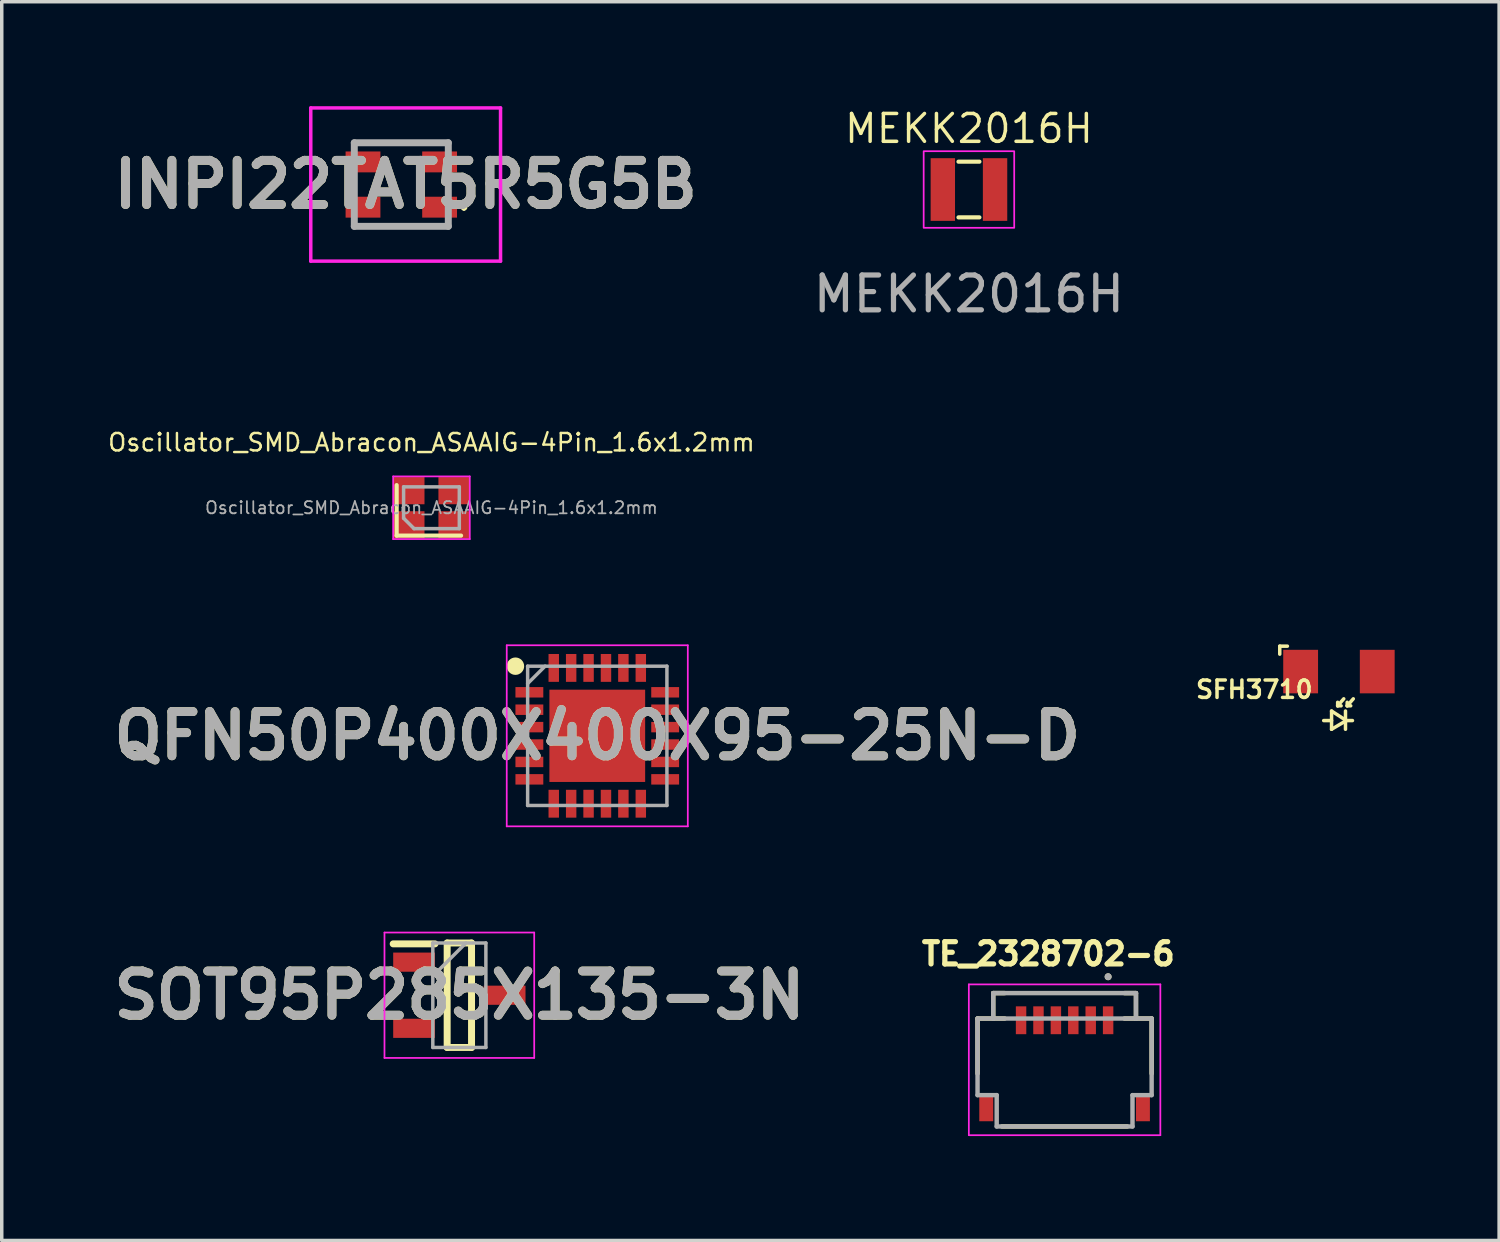
<source format=kicad_pcb>
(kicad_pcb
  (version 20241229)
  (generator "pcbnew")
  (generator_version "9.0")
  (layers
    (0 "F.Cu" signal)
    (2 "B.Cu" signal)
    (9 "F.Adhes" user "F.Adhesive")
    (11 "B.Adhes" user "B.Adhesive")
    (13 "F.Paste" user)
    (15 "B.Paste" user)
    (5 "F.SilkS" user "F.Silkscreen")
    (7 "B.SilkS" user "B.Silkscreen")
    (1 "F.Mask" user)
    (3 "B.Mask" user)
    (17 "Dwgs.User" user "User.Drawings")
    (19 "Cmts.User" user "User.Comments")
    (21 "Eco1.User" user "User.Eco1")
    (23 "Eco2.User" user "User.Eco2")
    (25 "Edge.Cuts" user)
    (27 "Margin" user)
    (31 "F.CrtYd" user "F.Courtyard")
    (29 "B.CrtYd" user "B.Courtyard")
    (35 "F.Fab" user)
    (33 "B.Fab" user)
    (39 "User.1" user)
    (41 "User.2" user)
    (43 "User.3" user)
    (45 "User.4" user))
  (footprint "SFH3710"
    (layer "F.Cu")
    (at 35.403 16.237)
    (property "Reference" "SFH3710" (at -2.43 0.516 0) (layer "F.SilkS") (effects (font (size 0.5 0.5) (thickness 0.1))))
    (attr through_hole)
    (fp_line (start -1.7 -0.73) (end -1.7 -0.5) (stroke (width 0.1) (type solid)) (layer "F.SilkS"))
    (fp_line (start -1.48 -0.73) (end -1.7 -0.73) (stroke (width 0.1) (type solid)) (layer "F.SilkS"))
    (fp_line (start -0.438 1.407) (end -0.212 1.407) (stroke (width 0.1) (type solid)) (layer "F.SilkS"))
    (fp_line (start -0.212 1.133) (end -0.212 1.657) (stroke (width 0.1) (type solid)) (layer "F.SilkS"))
    (fp_line (start -0.212 1.657) (end 0.212 1.407) (stroke (width 0.1) (type solid)) (layer "F.SilkS"))
    (fp_line (start -0.037 0.983) (end -0.037 0.882) (stroke (width 0.1) (type solid)) (layer "F.SilkS"))
    (fp_line (start -0.037 0.983) (end 0.062 0.983) (stroke (width 0.1) (type solid)) (layer "F.SilkS"))
    (fp_line (start 0.138 0.782) (end -0.037 0.983) (stroke (width 0.1) (type solid)) (layer "F.SilkS"))
    (fp_line (start 0.188 1.133) (end 0.188 1.657) (stroke (width 0.1) (type solid)) (layer "F.SilkS"))
    (fp_line (start 0.212 1.407) (end -0.212 1.133) (stroke (width 0.1) (type solid)) (layer "F.SilkS"))
    (fp_line (start 0.212 1.407) (end 0.388 1.407) (stroke (width 0.1) (type solid)) (layer "F.SilkS"))
    (fp_line (start 0.237 0.983) (end 0.237 0.882) (stroke (width 0.1) (type solid)) (layer "F.SilkS"))
    (fp_line (start 0.237 0.983) (end 0.338 0.983) (stroke (width 0.1) (type solid)) (layer "F.SilkS"))
    (fp_line (start 0.412 0.782) (end 0.237 0.983) (stroke (width 0.1) (type solid)) (layer "F.SilkS"))
    (pad "1" smd rect (at -1.1 0) (size 1 1.25) (layers "F.Cu" "F.Mask" "F.Paste"))
    (pad "2" smd rect (at 1.1 0) (size 1 1.25) (layers "F.Cu" "F.Mask" "F.Paste")))
  (footprint "MEKK2016H"
    (layer "F.Cu")
    (at 24.777 2.393)
    (property "Reference" "MEKK2016H" (at 0 -1.75 0) (unlocked yes) (layer "F.SilkS") (effects (font (size 0.8 0.8) (thickness 0.1))))
    (attr smd)
    (fp_rect (start -0.3 -0.8) (end 0.3 -0.8) (stroke (width 0.12) (type solid)) (fill no) (layer "F.SilkS"))
    (fp_rect (start 0.3 0.8) (end -0.3 0.8) (stroke (width 0.12) (type solid)) (fill no) (layer "F.SilkS"))
    (fp_rect (start -1.3 -1.1) (end 1.3 1.1) (stroke (width 0.05) (type solid)) (fill no) (layer "F.CrtYd"))
    (fp_text user "${REFERENCE}" (at 0 3 0) (unlocked yes) (layer "F.Fab") (effects (font (size 1 1) (thickness 0.15))))
    (pad "1" smd rect (at -0.75 0) (size 0.7 1.8) (layers "F.Cu" "F.Mask" "F.Paste"))
    (pad "2" smd rect (at 0.75 0) (size 0.7 1.8) (layers "F.Cu" "F.Mask" "F.Paste")))
  (footprint "TE_2328702-6"
    (layer "F.Cu")
    (at 27.524 26.251)
    (property "Reference" "TE_2328702-6" (at -0.468 -1.906 0) (layer "F.SilkS") (effects (font (size 0.64 0.64) (thickness 0.15))))
    (attr through_hole)
    (fp_line (start -2.5 -0.05) (end -2.5 1.53) (stroke (width 0.127) (type solid)) (layer "F.SilkS"))
    (fp_line (start -2.05 -0.78) (end -1.72 -0.78) (stroke (width 0.127) (type solid)) (layer "F.SilkS"))
    (fp_line (start -2.05 -0.05) (end -2.5 -0.05) (stroke (width 0.127) (type solid)) (layer "F.SilkS"))
    (fp_line (start -2.05 -0.05) (end -2.05 -0.78) (stroke (width 0.127) (type solid)) (layer "F.SilkS"))
    (fp_line (start -1.8 3.05) (end 1.8 3.05) (stroke (width 0.127) (type solid)) (layer "F.SilkS"))
    (fp_line (start -1.72 -0.05) (end -2.05 -0.05) (stroke (width 0.127) (type solid)) (layer "F.SilkS"))
    (fp_line (start 1.72 -0.05) (end 2.05 -0.05) (stroke (width 0.127) (type solid)) (layer "F.SilkS"))
    (fp_line (start 2.05 -0.78) (end 1.72 -0.78) (stroke (width 0.127) (type solid)) (layer "F.SilkS"))
    (fp_line (start 2.05 -0.05) (end 2.05 -0.78) (stroke (width 0.127) (type solid)) (layer "F.SilkS"))
    (fp_line (start 2.05 -0.05) (end 2.5 -0.05) (stroke (width 0.127) (type solid)) (layer "F.SilkS"))
    (fp_line (start 2.5 -0.05) (end 2.5 1.53) (stroke (width 0.127) (type solid)) (layer "F.SilkS"))
    (fp_circle (center 1.25 -1.25) (end 1.3 -1.25) (stroke (width 0.1) (type solid)) (fill no) (layer "F.SilkS"))
    (fp_line (start -2.75 -1.03) (end 2.75 -1.03) (stroke (width 0.05) (type solid)) (layer "F.CrtYd"))
    (fp_line (start -2.75 3.3) (end -2.75 -1.03) (stroke (width 0.05) (type solid)) (layer "F.CrtYd"))
    (fp_line (start 2.75 -1.03) (end 2.75 3.3) (stroke (width 0.05) (type solid)) (layer "F.CrtYd"))
    (fp_line (start 2.75 3.3) (end -2.75 3.3) (stroke (width 0.05) (type solid)) (layer "F.CrtYd"))
    (fp_line (start -2.5 -0.05) (end -2.05 -0.05) (stroke (width 0.127) (type solid)) (layer "F.Fab"))
    (fp_line (start -2.5 2.15) (end -2.5 -0.05) (stroke (width 0.127) (type solid)) (layer "F.Fab"))
    (fp_line (start -2.05 -0.78) (end 2.05 -0.78) (stroke (width 0.127) (type solid)) (layer "F.Fab"))
    (fp_line (start -2.05 -0.05) (end -2.05 -0.78) (stroke (width 0.127) (type solid)) (layer "F.Fab"))
    (fp_line (start -2.05 -0.05) (end 2.05 -0.05) (stroke (width 0.127) (type solid)) (layer "F.Fab"))
    (fp_line (start -1.95 2.15) (end -2.5 2.15) (stroke (width 0.127) (type solid)) (layer "F.Fab"))
    (fp_line (start -1.95 3.05) (end -1.95 2.15) (stroke (width 0.127) (type solid)) (layer "F.Fab"))
    (fp_line (start 1.95 2.15) (end 1.95 3.05) (stroke (width 0.127) (type solid)) (layer "F.Fab"))
    (fp_line (start 1.95 3.05) (end -1.95 3.05) (stroke (width 0.127) (type solid)) (layer "F.Fab"))
    (fp_line (start 2.05 -0.78) (end 2.05 -0.05) (stroke (width 0.127) (type solid)) (layer "F.Fab"))
    (fp_line (start 2.05 -0.05) (end 2.5 -0.05) (stroke (width 0.127) (type solid)) (layer "F.Fab"))
    (fp_line (start 2.5 -0.05) (end 2.5 2.15) (stroke (width 0.127) (type solid)) (layer "F.Fab"))
    (fp_line (start 2.5 2.15) (end 1.95 2.15) (stroke (width 0.127) (type solid)) (layer "F.Fab"))
    (fp_circle (center 1.25 -1.25) (end 1.3 -1.25) (stroke (width 0.1) (type solid)) (fill no) (layer "F.Fab"))
    (pad "1" smd rect (at 1.25 0) (size 0.3 0.8) (layers "F.Cu" "F.Mask" "F.Paste"))
    (pad "2" smd rect (at 0.75 0) (size 0.3 0.8) (layers "F.Cu" "F.Mask" "F.Paste"))
    (pad "3" smd rect (at 0.25 0) (size 0.3 0.8) (layers "F.Cu" "F.Mask" "F.Paste"))
    (pad "4" smd rect (at -0.25 0) (size 0.3 0.8) (layers "F.Cu" "F.Mask" "F.Paste"))
    (pad "5" smd rect (at -0.75 0) (size 0.3 0.8) (layers "F.Cu" "F.Mask" "F.Paste"))
    (pad "6" smd rect (at -1.25 0) (size 0.3 0.8) (layers "F.Cu" "F.Mask" "F.Paste"))
    (pad "S1" smd rect (at 2.25 2.5) (size 0.4 0.8) (layers "F.Cu" "F.Mask" "F.Paste"))
    (pad "S2" smd rect (at -2.25 2.5) (size 0.4 0.8) (layers "F.Cu" "F.Mask" "F.Paste")))
  (footprint "QFN50P400X400X95-25N-D"
    (layer "F.Cu")
    (at 14.103 18.082)
    (property "Reference" "QFN50P400X400X95-25N-D" (at 0 0 0) (layer "F.SilkS") (effects (font (size 1.27 1.27) (thickness 0.254))))
    (attr smd)
    (fp_circle (center -2.35 -2) (end -2.35 -1.875) (stroke (width 0.25) (type solid)) (fill no) (layer "F.SilkS"))
    (fp_line (start -2.6 -2.6) (end 2.6 -2.6) (stroke (width 0.05) (type solid)) (layer "F.CrtYd"))
    (fp_line (start -2.6 2.6) (end -2.6 -2.6) (stroke (width 0.05) (type solid)) (layer "F.CrtYd"))
    (fp_line (start 2.6 -2.6) (end 2.6 2.6) (stroke (width 0.05) (type solid)) (layer "F.CrtYd"))
    (fp_line (start 2.6 2.6) (end -2.6 2.6) (stroke (width 0.05) (type solid)) (layer "F.CrtYd"))
    (fp_line (start -2 -2) (end 2 -2) (stroke (width 0.1) (type solid)) (layer "F.Fab"))
    (fp_line (start -2 -1.5) (end -1.5 -2) (stroke (width 0.1) (type solid)) (layer "F.Fab"))
    (fp_line (start -2 2) (end -2 -2) (stroke (width 0.1) (type solid)) (layer "F.Fab"))
    (fp_line (start 2 -2) (end 2 2) (stroke (width 0.1) (type solid)) (layer "F.Fab"))
    (fp_line (start 2 2) (end -2 2) (stroke (width 0.1) (type solid)) (layer "F.Fab"))
    (fp_text user "${REFERENCE}" (at 0 0 0) (layer "F.Fab") (effects (font (size 1.27 1.27) (thickness 0.254))))
    (pad "1" smd rect (at -1.95 -1.25 90) (size 0.3 0.8) (layers "F.Cu" "F.Mask" "F.Paste"))
    (pad "2" smd rect (at -1.95 -0.75 90) (size 0.3 0.8) (layers "F.Cu" "F.Mask" "F.Paste"))
    (pad "3" smd rect (at -1.95 -0.25 90) (size 0.3 0.8) (layers "F.Cu" "F.Mask" "F.Paste"))
    (pad "4" smd rect (at -1.95 0.25 90) (size 0.3 0.8) (layers "F.Cu" "F.Mask" "F.Paste"))
    (pad "5" smd rect (at -1.95 0.75 90) (size 0.3 0.8) (layers "F.Cu" "F.Mask" "F.Paste"))
    (pad "6" smd rect (at -1.95 1.25 90) (size 0.3 0.8) (layers "F.Cu" "F.Mask" "F.Paste"))
    (pad "7" smd rect (at -1.25 1.95) (size 0.3 0.8) (layers "F.Cu" "F.Mask" "F.Paste"))
    (pad "8" smd rect (at -0.75 1.95) (size 0.3 0.8) (layers "F.Cu" "F.Mask" "F.Paste"))
    (pad "9" smd rect (at -0.25 1.95) (size 0.3 0.8) (layers "F.Cu" "F.Mask" "F.Paste"))
    (pad "10" smd rect (at 0.25 1.95) (size 0.3 0.8) (layers "F.Cu" "F.Mask" "F.Paste"))
    (pad "11" smd rect (at 0.75 1.95) (size 0.3 0.8) (layers "F.Cu" "F.Mask" "F.Paste"))
    (pad "12" smd rect (at 1.25 1.95) (size 0.3 0.8) (layers "F.Cu" "F.Mask" "F.Paste"))
    (pad "13" smd rect (at 1.95 1.25 90) (size 0.3 0.8) (layers "F.Cu" "F.Mask" "F.Paste"))
    (pad "14" smd rect (at 1.95 0.75 90) (size 0.3 0.8) (layers "F.Cu" "F.Mask" "F.Paste"))
    (pad "15" smd rect (at 1.95 0.25 90) (size 0.3 0.8) (layers "F.Cu" "F.Mask" "F.Paste"))
    (pad "16" smd rect (at 1.95 -0.25 90) (size 0.3 0.8) (layers "F.Cu" "F.Mask" "F.Paste"))
    (pad "17" smd rect (at 1.95 -0.75 90) (size 0.3 0.8) (layers "F.Cu" "F.Mask" "F.Paste"))
    (pad "18" smd rect (at 1.95 -1.25 90) (size 0.3 0.8) (layers "F.Cu" "F.Mask" "F.Paste"))
    (pad "19" smd rect (at 1.25 -1.95) (size 0.3 0.8) (layers "F.Cu" "F.Mask" "F.Paste"))
    (pad "20" smd rect (at 0.75 -1.95) (size 0.3 0.8) (layers "F.Cu" "F.Mask" "F.Paste"))
    (pad "21" smd rect (at 0.25 -1.95) (size 0.3 0.8) (layers "F.Cu" "F.Mask" "F.Paste"))
    (pad "22" smd rect (at -0.25 -1.95) (size 0.3 0.8) (layers "F.Cu" "F.Mask" "F.Paste"))
    (pad "23" smd rect (at -0.75 -1.95) (size 0.3 0.8) (layers "F.Cu" "F.Mask" "F.Paste"))
    (pad "24" smd rect (at -1.25 -1.95) (size 0.3 0.8) (layers "F.Cu" "F.Mask" "F.Paste"))
    (pad "25" smd rect (at 0 0 90) (size 2.65 2.75) (layers "F.Cu" "F.Mask" "F.Paste")))
  (footprint "SOT95P285X135-3N"
    (layer "F.Cu")
    (at 10.142 25.532)
    (property "Reference" "SOT95P285X135-3N" (at 0 0 0) (layer "F.SilkS") (effects (font (size 1.27 1.27) (thickness 0.254))))
    (attr smd)
    (fp_line (start -1.9 -1.475) (end -0.7 -1.475) (stroke (width 0.2) (type solid)) (layer "F.SilkS"))
    (fp_line (start -0.35 -1.5) (end 0.35 -1.5) (stroke (width 0.2) (type solid)) (layer "F.SilkS"))
    (fp_line (start -0.35 1.5) (end -0.35 -1.5) (stroke (width 0.2) (type solid)) (layer "F.SilkS"))
    (fp_line (start 0.35 -1.5) (end 0.35 1.5) (stroke (width 0.2) (type solid)) (layer "F.SilkS"))
    (fp_line (start 0.35 1.5) (end -0.35 1.5) (stroke (width 0.2) (type solid)) (layer "F.SilkS"))
    (fp_line (start -2.15 -1.8) (end 2.15 -1.8) (stroke (width 0.05) (type solid)) (layer "F.CrtYd"))
    (fp_line (start -2.15 1.8) (end -2.15 -1.8) (stroke (width 0.05) (type solid)) (layer "F.CrtYd"))
    (fp_line (start 2.15 -1.8) (end 2.15 1.8) (stroke (width 0.05) (type solid)) (layer "F.CrtYd"))
    (fp_line (start 2.15 1.8) (end -2.15 1.8) (stroke (width 0.05) (type solid)) (layer "F.CrtYd"))
    (fp_line (start -0.762 -1.5) (end 0.762 -1.5) (stroke (width 0.1) (type solid)) (layer "F.Fab"))
    (fp_line (start -0.762 -0.55) (end 0.188 -1.5) (stroke (width 0.1) (type solid)) (layer "F.Fab"))
    (fp_line (start -0.762 1.5) (end -0.762 -1.5) (stroke (width 0.1) (type solid)) (layer "F.Fab"))
    (fp_line (start 0.762 -1.5) (end 0.762 1.5) (stroke (width 0.1) (type solid)) (layer "F.Fab"))
    (fp_line (start 0.762 1.5) (end -0.762 1.5) (stroke (width 0.1) (type solid)) (layer "F.Fab"))
    (fp_text user "${REFERENCE}" (at 0 0 0) (layer "F.Fab") (effects (font (size 1.27 1.27) (thickness 0.254))))
    (pad "1" smd rect (at -1.3 -0.95 90) (size 0.55 1.2) (layers "F.Cu" "F.Mask" "F.Paste"))
    (pad "2" smd rect (at -1.3 0.95 90) (size 0.55 1.2) (layers "F.Cu" "F.Mask" "F.Paste"))
    (pad "3" smd rect (at 1.3 0 90) (size 0.55 1.2) (layers "F.Cu" "F.Mask" "F.Paste")))
  (footprint "INPI22TAT5R5G5B"
    (layer "F.Cu")
    (at 8.475 2.25)
    (property "Reference" "INPI22TAT5R5G5B" (at 0.125 0 0) (layer "F.SilkS") (effects (font (size 1.27 1.27) (thickness 0.254))))
    (attr smd)
    (fp_line (start -1.35 -1.2) (end 1.35 -1.2) (stroke (width 0.1) (type solid)) (layer "F.SilkS"))
    (fp_line (start -1.35 -0.2) (end -1.35 0.2) (stroke (width 0.1) (type solid)) (layer "F.SilkS"))
    (fp_line (start -1.35 1.2) (end 1.35 1.2) (stroke (width 0.1) (type solid)) (layer "F.SilkS"))
    (fp_line (start 1.35 -0.2) (end 1.35 0.2) (stroke (width 0.1) (type solid)) (layer "F.SilkS"))
    (fp_line (start 1.8 0.6) (end 1.8 0.6) (stroke (width 0.1) (type solid)) (layer "F.SilkS"))
    (fp_line (start 1.8 0.7) (end 1.8 0.7) (stroke (width 0.1) (type solid)) (layer "F.SilkS"))
    (fp_arc (start 1.8 0.6) (mid 1.85 0.65) (end 1.8 0.7) (stroke (width 0.1) (type solid)) (layer "F.SilkS"))
    (fp_arc (start 1.8 0.7) (mid 1.75 0.65) (end 1.8 0.6) (stroke (width 0.1) (type solid)) (layer "F.SilkS"))
    (fp_line (start -2.6 -2.2) (end 2.85 -2.2) (stroke (width 0.1) (type solid)) (layer "F.CrtYd"))
    (fp_line (start -2.6 2.2) (end -2.6 -2.2) (stroke (width 0.1) (type solid)) (layer "F.CrtYd"))
    (fp_line (start 2.85 -2.2) (end 2.85 2.2) (stroke (width 0.1) (type solid)) (layer "F.CrtYd"))
    (fp_line (start 2.85 2.2) (end -2.6 2.2) (stroke (width 0.1) (type solid)) (layer "F.CrtYd"))
    (fp_line (start -1.35 -1.2) (end 1.35 -1.2) (stroke (width 0.2) (type solid)) (layer "F.Fab"))
    (fp_line (start -1.35 1.2) (end -1.35 -1.2) (stroke (width 0.2) (type solid)) (layer "F.Fab"))
    (fp_line (start 1.35 -1.2) (end 1.35 1.2) (stroke (width 0.2) (type solid)) (layer "F.Fab"))
    (fp_line (start 1.35 1.2) (end -1.35 1.2) (stroke (width 0.2) (type solid)) (layer "F.Fab"))
    (fp_text user "${REFERENCE}" (at 0.125 0 0) (layer "F.Fab") (effects (font (size 1.27 1.27) (thickness 0.254))))
    (pad "1" smd rect (at 1.1 0.65 90) (size 0.6 1) (layers "F.Cu" "F.Mask" "F.Paste"))
    (pad "2" smd rect (at 1.1 -0.65 90) (size 0.6 1) (layers "F.Cu" "F.Mask" "F.Paste"))
    (pad "3" smd rect (at -1.1 -0.65 90) (size 0.6 1) (layers "F.Cu" "F.Mask" "F.Paste"))
    (pad "4" smd rect (at -1.1 0.65 90) (size 0.6 1) (layers "F.Cu" "F.Mask" "F.Paste")))
  (footprint "Oscillator_SMD_Abracon_ASAAIG-4Pin_1.6x1.2mm"
    (layer "F.Cu")
    (at 9.341 11.532)
    (property "Reference" "Oscillator_SMD_Abracon_ASAAIG-4Pin_1.6x1.2mm" (at 0 -1.875 0) (layer "F.SilkS") (effects (font (size 0.5 0.5) (thickness 0.07))))
    (attr smd)
    (fp_line (start -1 -0.65) (end -1 0.8) (stroke (width 0.12) (type solid)) (layer "F.SilkS"))
    (fp_line (start -1 0.8) (end 0.85 0.8) (stroke (width 0.12) (type solid)) (layer "F.SilkS"))
    (fp_line (start -1.1 -0.9) (end -1.1 0.9) (stroke (width 0.05) (type solid)) (layer "F.CrtYd"))
    (fp_line (start -1.1 0.9) (end 1.1 0.9) (stroke (width 0.05) (type solid)) (layer "F.CrtYd"))
    (fp_line (start 1.1 -0.9) (end -1.1 -0.9) (stroke (width 0.05) (type solid)) (layer "F.CrtYd"))
    (fp_line (start 1.1 0.9) (end 1.1 -0.9) (stroke (width 0.05) (type solid)) (layer "F.CrtYd"))
    (fp_line (start -0.8 -0.6) (end 0.8 -0.6) (stroke (width 0.1) (type solid)) (layer "F.Fab"))
    (fp_line (start -0.8 0.3) (end -0.8 -0.6) (stroke (width 0.1) (type solid)) (layer "F.Fab"))
    (fp_line (start -0.8 0.3) (end -0.5 0.6) (stroke (width 0.1) (type solid)) (layer "F.Fab"))
    (fp_line (start 0.8 -0.6) (end 0.8 0.6) (stroke (width 0.1) (type solid)) (layer "F.Fab"))
    (fp_line (start 0.8 0.6) (end -0.5 0.6) (stroke (width 0.1) (type solid)) (layer "F.Fab"))
    (fp_text user "${REFERENCE}" (at 0 0 0) (layer "F.Fab") (effects (font (size 0.35 0.35) (thickness 0.05))))
    (pad "1" smd rect (at -0.64 0.49) (size 0.88 0.78) (layers "F.Cu" "F.Mask" "F.Paste"))
    (pad "2" smd rect (at 0.64 0.49) (size 0.88 0.78) (layers "F.Cu" "F.Mask" "F.Paste"))
    (pad "3" smd rect (at 0.64 -0.49) (size 0.88 0.78) (layers "F.Cu" "F.Mask" "F.Paste"))
    (pad "4" smd rect (at -0.64 -0.49) (size 0.88 0.78) (layers "F.Cu" "F.Mask" "F.Paste")))
  (gr_rect
    (start -3 -3)
    (end 40.003 32.576)
    (stroke (width 0.1) (type default))
    (fill no)
    (layer "Edge.Cuts")))
</source>
